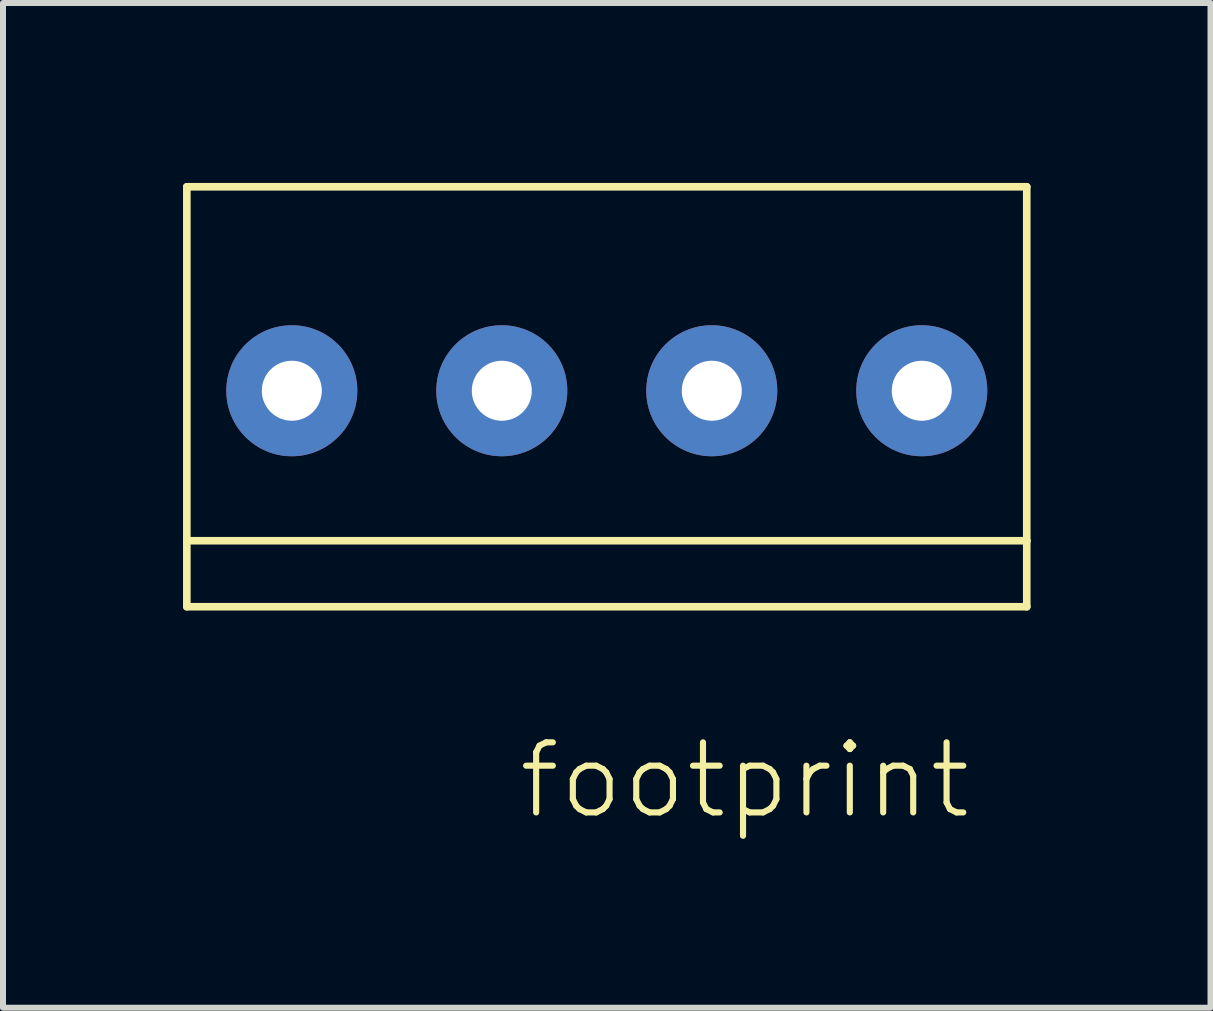
<source format=kicad_pcb>
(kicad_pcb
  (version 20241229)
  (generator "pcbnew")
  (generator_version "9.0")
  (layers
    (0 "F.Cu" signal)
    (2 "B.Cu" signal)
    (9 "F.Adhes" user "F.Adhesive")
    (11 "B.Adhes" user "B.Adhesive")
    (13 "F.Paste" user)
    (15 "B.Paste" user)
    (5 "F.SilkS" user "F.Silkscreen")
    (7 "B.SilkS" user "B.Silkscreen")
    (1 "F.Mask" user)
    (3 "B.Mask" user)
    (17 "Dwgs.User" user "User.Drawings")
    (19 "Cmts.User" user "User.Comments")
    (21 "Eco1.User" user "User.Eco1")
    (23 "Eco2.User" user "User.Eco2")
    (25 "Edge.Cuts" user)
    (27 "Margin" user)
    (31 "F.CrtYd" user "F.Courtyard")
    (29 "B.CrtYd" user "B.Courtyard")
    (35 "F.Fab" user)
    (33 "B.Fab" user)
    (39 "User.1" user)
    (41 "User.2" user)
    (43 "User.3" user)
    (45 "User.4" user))
  (footprint "footprint"
    (layer "F.Cu")
    (at 7.064 3.463)
    (property "Reference" "footprint" (at 6.12 5.81 0) (layer "F.SilkS") (effects (font (size 1.168 1.168) (thickness 0.102)) (justify right top)))
    (fp_line (start -7 -3.4) (end -7 2.5) (stroke (width 0.127) (type solid)) (layer "F.SilkS"))
    (fp_line (start -7 2.5) (end -7 3.6) (stroke (width 0.127) (type solid)) (layer "F.SilkS"))
    (fp_line (start -7 2.5) (end 7 2.5) (stroke (width 0.127) (type solid)) (layer "F.SilkS"))
    (fp_line (start -7 3.6) (end 7 3.6) (stroke (width 0.127) (type solid)) (layer "F.SilkS"))
    (fp_line (start 7 -3.4) (end -7 -3.4) (stroke (width 0.127) (type solid)) (layer "F.SilkS"))
    (fp_line (start 7 2.5) (end 7 -3.4) (stroke (width 0.127) (type solid)) (layer "F.SilkS"))
    (fp_line (start 7 3.6) (end 7 2.5) (stroke (width 0.127) (type solid)) (layer "F.SilkS"))
    (pad "1" thru_hole circle (at -5.25 0) (size 2.184 2.184) (drill 1) (layers "*.Cu" "*.Mask"))
    (pad "2" thru_hole circle (at -1.75 0) (size 2.184 2.184) (drill 1) (layers "*.Cu" "*.Mask"))
    (pad "3" thru_hole circle (at 1.75 0) (size 2.184 2.184) (drill 1) (layers "*.Cu" "*.Mask"))
    (pad "4" thru_hole circle (at 5.25 0) (size 2.184 2.184) (drill 1) (layers "*.Cu" "*.Mask")))
  (gr_rect
    (start -3 -3)
    (end 17.127 13.747)
    (stroke (width 0.1) (type default))
    (fill no)
    (layer "Edge.Cuts")))
</source>
